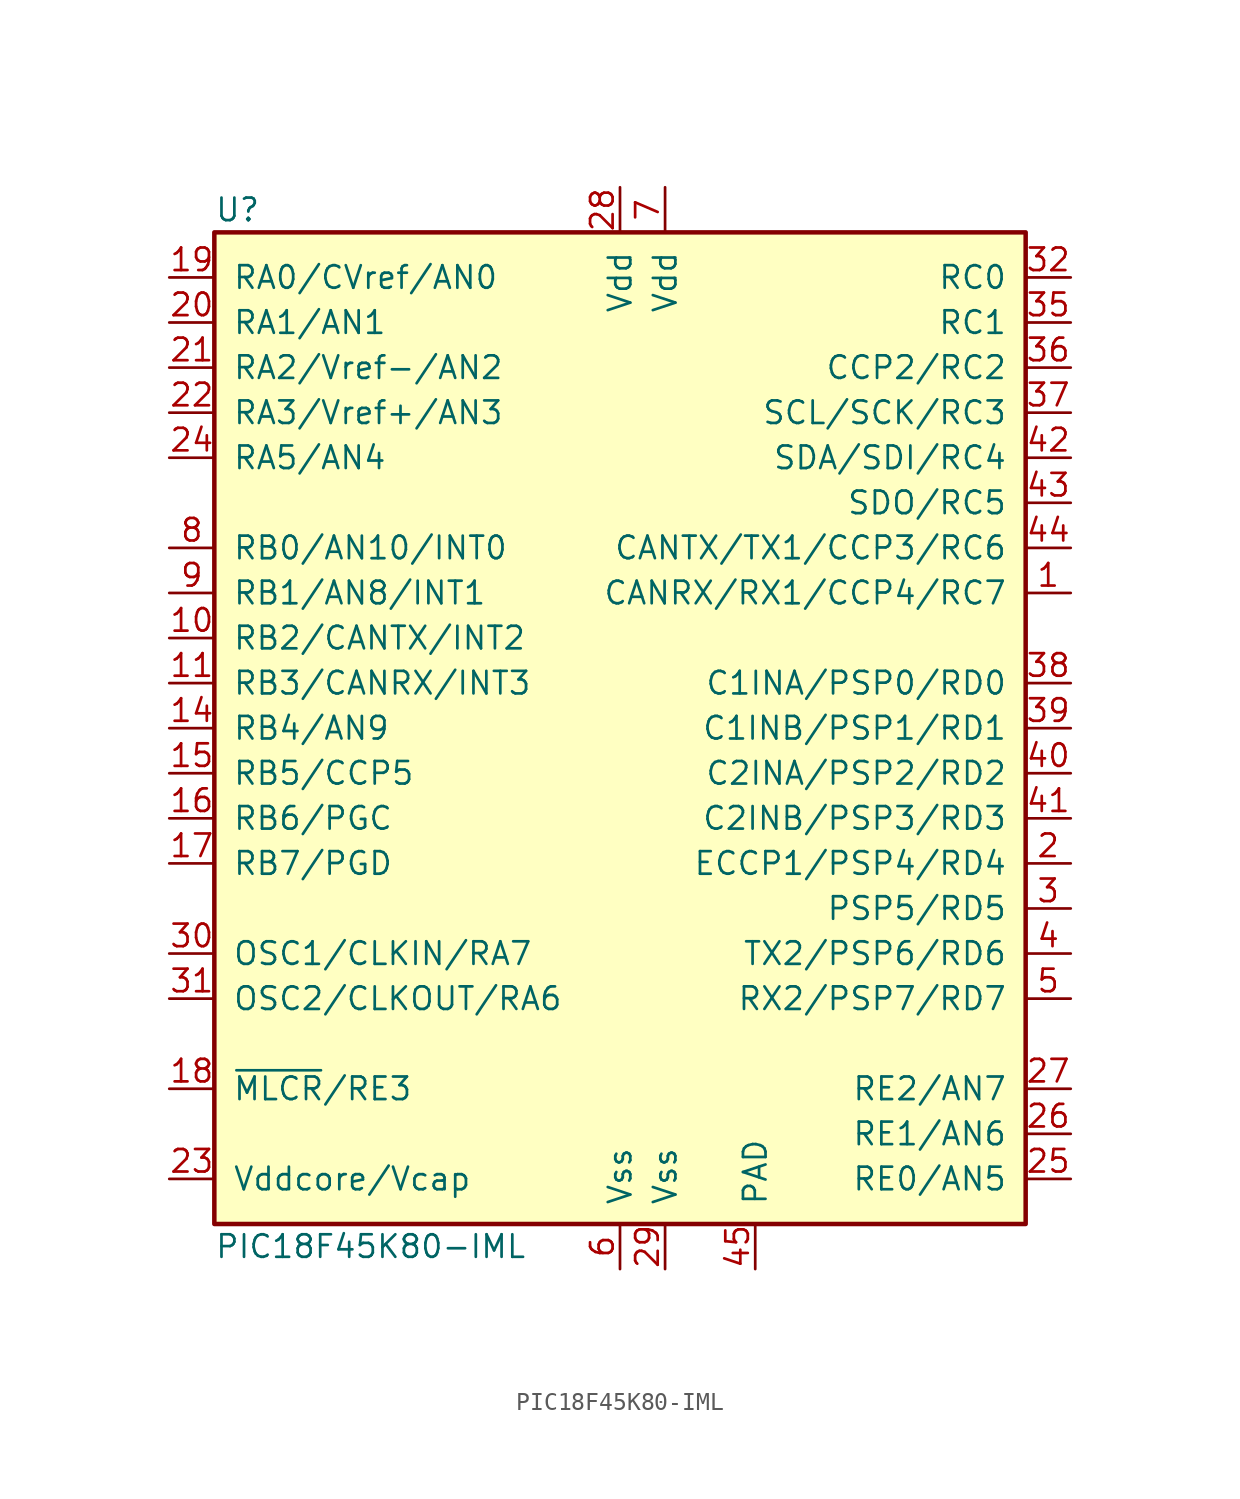
<source format=kicad_sym>
(kicad_symbol_lib
  (version 20201005)
  (generator kicad_symbol_editor)
  (symbol "MCU_Microchip_PIC18:PIC18F45K80-IML"
    (pin_names
      (offset 1.016))
    (property "Reference" "U"
      (at -22.86 29.21 0)
      (effects (font (size 1.27 1.27)) (justify left)))
    (property "Value" "PIC18F45K80-IML"
      (at -22.86 -29.21 0)
      (effects (font (size 1.27 1.27)) (justify left)))
    (symbol "PIC18F45K80-IML_0_1"
      (rectangle (start -22.86 27.94) (end 22.86 -27.94) (stroke (width 0.254)) (fill (type background))))
    (symbol "PIC18F45K80-IML_1_1"
      (pin bidirectional line (at 25.4 7.62 180) (length 2.54) (name "CANRX/RX1/CCP4/RC7" (effects (font (size 1.27 1.27)))) (number "1" (effects (font (size 1.27 1.27)))))
      (pin bidirectional line (at -25.4 5.08 0) (length 2.54) (name "RB2/CANTX/INT2" (effects (font (size 1.27 1.27)))) (number "10" (effects (font (size 1.27 1.27)))))
      (pin bidirectional line (at -25.4 2.54 0) (length 2.54) (name "RB3/CANRX/INT3" (effects (font (size 1.27 1.27)))) (number "11" (effects (font (size 1.27 1.27)))))
      (pin no_connect line (at -10.16 -30.48 90) (length 2.54) hide (name "NC" (effects (font (size 1.27 1.27)))) (number "12" (effects (font (size 1.27 1.27)))))
      (pin no_connect line (at -7.62 -30.48 90) (length 2.54) hide (name "NC" (effects (font (size 1.27 1.27)))) (number "13" (effects (font (size 1.27 1.27)))))
      (pin bidirectional line (at -25.4 0 0) (length 2.54) (name "RB4/AN9" (effects (font (size 1.27 1.27)))) (number "14" (effects (font (size 1.27 1.27)))))
      (pin bidirectional line (at -25.4 -2.54 0) (length 2.54) (name "RB5/CCP5" (effects (font (size 1.27 1.27)))) (number "15" (effects (font (size 1.27 1.27)))))
      (pin bidirectional line (at -25.4 -5.08 0) (length 2.54) (name "RB6/PGC" (effects (font (size 1.27 1.27)))) (number "16" (effects (font (size 1.27 1.27)))))
      (pin bidirectional line (at -25.4 -7.62 0) (length 2.54) (name "RB7/PGD" (effects (font (size 1.27 1.27)))) (number "17" (effects (font (size 1.27 1.27)))))
      (pin bidirectional line (at -25.4 -20.32 0) (length 2.54) (name "~MLCR~/RE3" (effects (font (size 1.27 1.27)))) (number "18" (effects (font (size 1.27 1.27)))))
      (pin bidirectional line (at -25.4 25.4 0) (length 2.54) (name "RA0/CVref/AN0" (effects (font (size 1.27 1.27)))) (number "19" (effects (font (size 1.27 1.27)))))
      (pin bidirectional line (at 25.4 -7.62 180) (length 2.54) (name "ECCP1/PSP4/RD4" (effects (font (size 1.27 1.27)))) (number "2" (effects (font (size 1.27 1.27)))))
      (pin bidirectional line (at -25.4 22.86 0) (length 2.54) (name "RA1/AN1" (effects (font (size 1.27 1.27)))) (number "20" (effects (font (size 1.27 1.27)))))
      (pin bidirectional line (at -25.4 20.32 0) (length 2.54) (name "RA2/Vref-/AN2" (effects (font (size 1.27 1.27)))) (number "21" (effects (font (size 1.27 1.27)))))
      (pin bidirectional line (at -25.4 17.78 0) (length 2.54) (name "RA3/Vref+/AN3" (effects (font (size 1.27 1.27)))) (number "22" (effects (font (size 1.27 1.27)))))
      (pin power_in line (at -25.4 -25.4 0) (length 2.54) (name "Vddcore/Vcap" (effects (font (size 1.27 1.27)))) (number "23" (effects (font (size 1.27 1.27)))))
      (pin bidirectional line (at -25.4 15.24 0) (length 2.54) (name "RA5/AN4" (effects (font (size 1.27 1.27)))) (number "24" (effects (font (size 1.27 1.27)))))
      (pin bidirectional line (at 25.4 -25.4 180) (length 2.54) (name "RE0/AN5" (effects (font (size 1.27 1.27)))) (number "25" (effects (font (size 1.27 1.27)))))
      (pin bidirectional line (at 25.4 -22.86 180) (length 2.54) (name "RE1/AN6" (effects (font (size 1.27 1.27)))) (number "26" (effects (font (size 1.27 1.27)))))
      (pin bidirectional line (at 25.4 -20.32 180) (length 2.54) (name "RE2/AN7" (effects (font (size 1.27 1.27)))) (number "27" (effects (font (size 1.27 1.27)))))
      (pin power_in line (at 0 30.48 270) (length 2.54) (name "Vdd" (effects (font (size 1.27 1.27)))) (number "28" (effects (font (size 1.27 1.27)))))
      (pin power_in line (at 2.54 -30.48 90) (length 2.54) (name "Vss" (effects (font (size 1.27 1.27)))) (number "29" (effects (font (size 1.27 1.27)))))
      (pin bidirectional line (at 25.4 -10.16 180) (length 2.54) (name "PSP5/RD5" (effects (font (size 1.27 1.27)))) (number "3" (effects (font (size 1.27 1.27)))))
      (pin input line (at -25.4 -12.7 0) (length 2.54) (name "OSC1/CLKIN/RA7" (effects (font (size 1.27 1.27)))) (number "30" (effects (font (size 1.27 1.27)))))
      (pin input line (at -25.4 -15.24 0) (length 2.54) (name "OSC2/CLKOUT/RA6" (effects (font (size 1.27 1.27)))) (number "31" (effects (font (size 1.27 1.27)))))
      (pin bidirectional line (at 25.4 25.4 180) (length 2.54) (name "RC0" (effects (font (size 1.27 1.27)))) (number "32" (effects (font (size 1.27 1.27)))))
      (pin no_connect line (at -5.08 -30.48 90) (length 2.54) hide (name "NC" (effects (font (size 1.27 1.27)))) (number "33" (effects (font (size 1.27 1.27)))))
      (pin no_connect line (at -2.54 -30.48 90) (length 2.54) hide (name "NC" (effects (font (size 1.27 1.27)))) (number "34" (effects (font (size 1.27 1.27)))))
      (pin bidirectional line (at 25.4 22.86 180) (length 2.54) (name "RC1" (effects (font (size 1.27 1.27)))) (number "35" (effects (font (size 1.27 1.27)))))
      (pin bidirectional line (at 25.4 20.32 180) (length 2.54) (name "CCP2/RC2" (effects (font (size 1.27 1.27)))) (number "36" (effects (font (size 1.27 1.27)))))
      (pin bidirectional line (at 25.4 17.78 180) (length 2.54) (name "SCL/SCK/RC3" (effects (font (size 1.27 1.27)))) (number "37" (effects (font (size 1.27 1.27)))))
      (pin bidirectional line (at 25.4 2.54 180) (length 2.54) (name "C1INA/PSP0/RD0" (effects (font (size 1.27 1.27)))) (number "38" (effects (font (size 1.27 1.27)))))
      (pin bidirectional line (at 25.4 0 180) (length 2.54) (name "C1INB/PSP1/RD1" (effects (font (size 1.27 1.27)))) (number "39" (effects (font (size 1.27 1.27)))))
      (pin bidirectional line (at 25.4 -12.7 180) (length 2.54) (name "TX2/PSP6/RD6" (effects (font (size 1.27 1.27)))) (number "4" (effects (font (size 1.27 1.27)))))
      (pin bidirectional line (at 25.4 -2.54 180) (length 2.54) (name "C2INA/PSP2/RD2" (effects (font (size 1.27 1.27)))) (number "40" (effects (font (size 1.27 1.27)))))
      (pin bidirectional line (at 25.4 -5.08 180) (length 2.54) (name "C2INB/PSP3/RD3" (effects (font (size 1.27 1.27)))) (number "41" (effects (font (size 1.27 1.27)))))
      (pin bidirectional line (at 25.4 15.24 180) (length 2.54) (name "SDA/SDI/RC4" (effects (font (size 1.27 1.27)))) (number "42" (effects (font (size 1.27 1.27)))))
      (pin bidirectional line (at 25.4 12.7 180) (length 2.54) (name "SDO/RC5" (effects (font (size 1.27 1.27)))) (number "43" (effects (font (size 1.27 1.27)))))
      (pin bidirectional line (at 25.4 10.16 180) (length 2.54) (name "CANTX/TX1/CCP3/RC6" (effects (font (size 1.27 1.27)))) (number "44" (effects (font (size 1.27 1.27)))))
      (pin power_in line (at 7.62 -30.48 90) (length 2.54) (name "PAD" (effects (font (size 1.27 1.27)))) (number "45" (effects (font (size 1.27 1.27)))))
      (pin bidirectional line (at 25.4 -15.24 180) (length 2.54) (name "RX2/PSP7/RD7" (effects (font (size 1.27 1.27)))) (number "5" (effects (font (size 1.27 1.27)))))
      (pin power_in line (at 0 -30.48 90) (length 2.54) (name "Vss" (effects (font (size 1.27 1.27)))) (number "6" (effects (font (size 1.27 1.27)))))
      (pin power_in line (at 2.54 30.48 270) (length 2.54) (name "Vdd" (effects (font (size 1.27 1.27)))) (number "7" (effects (font (size 1.27 1.27)))))
      (pin bidirectional line (at -25.4 10.16 0) (length 2.54) (name "RB0/AN10/INT0" (effects (font (size 1.27 1.27)))) (number "8" (effects (font (size 1.27 1.27)))))
      (pin bidirectional line (at -25.4 7.62 0) (length 2.54) (name "RB1/AN8/INT1" (effects (font (size 1.27 1.27)))) (number "9" (effects (font (size 1.27 1.27))))))))
</source>
